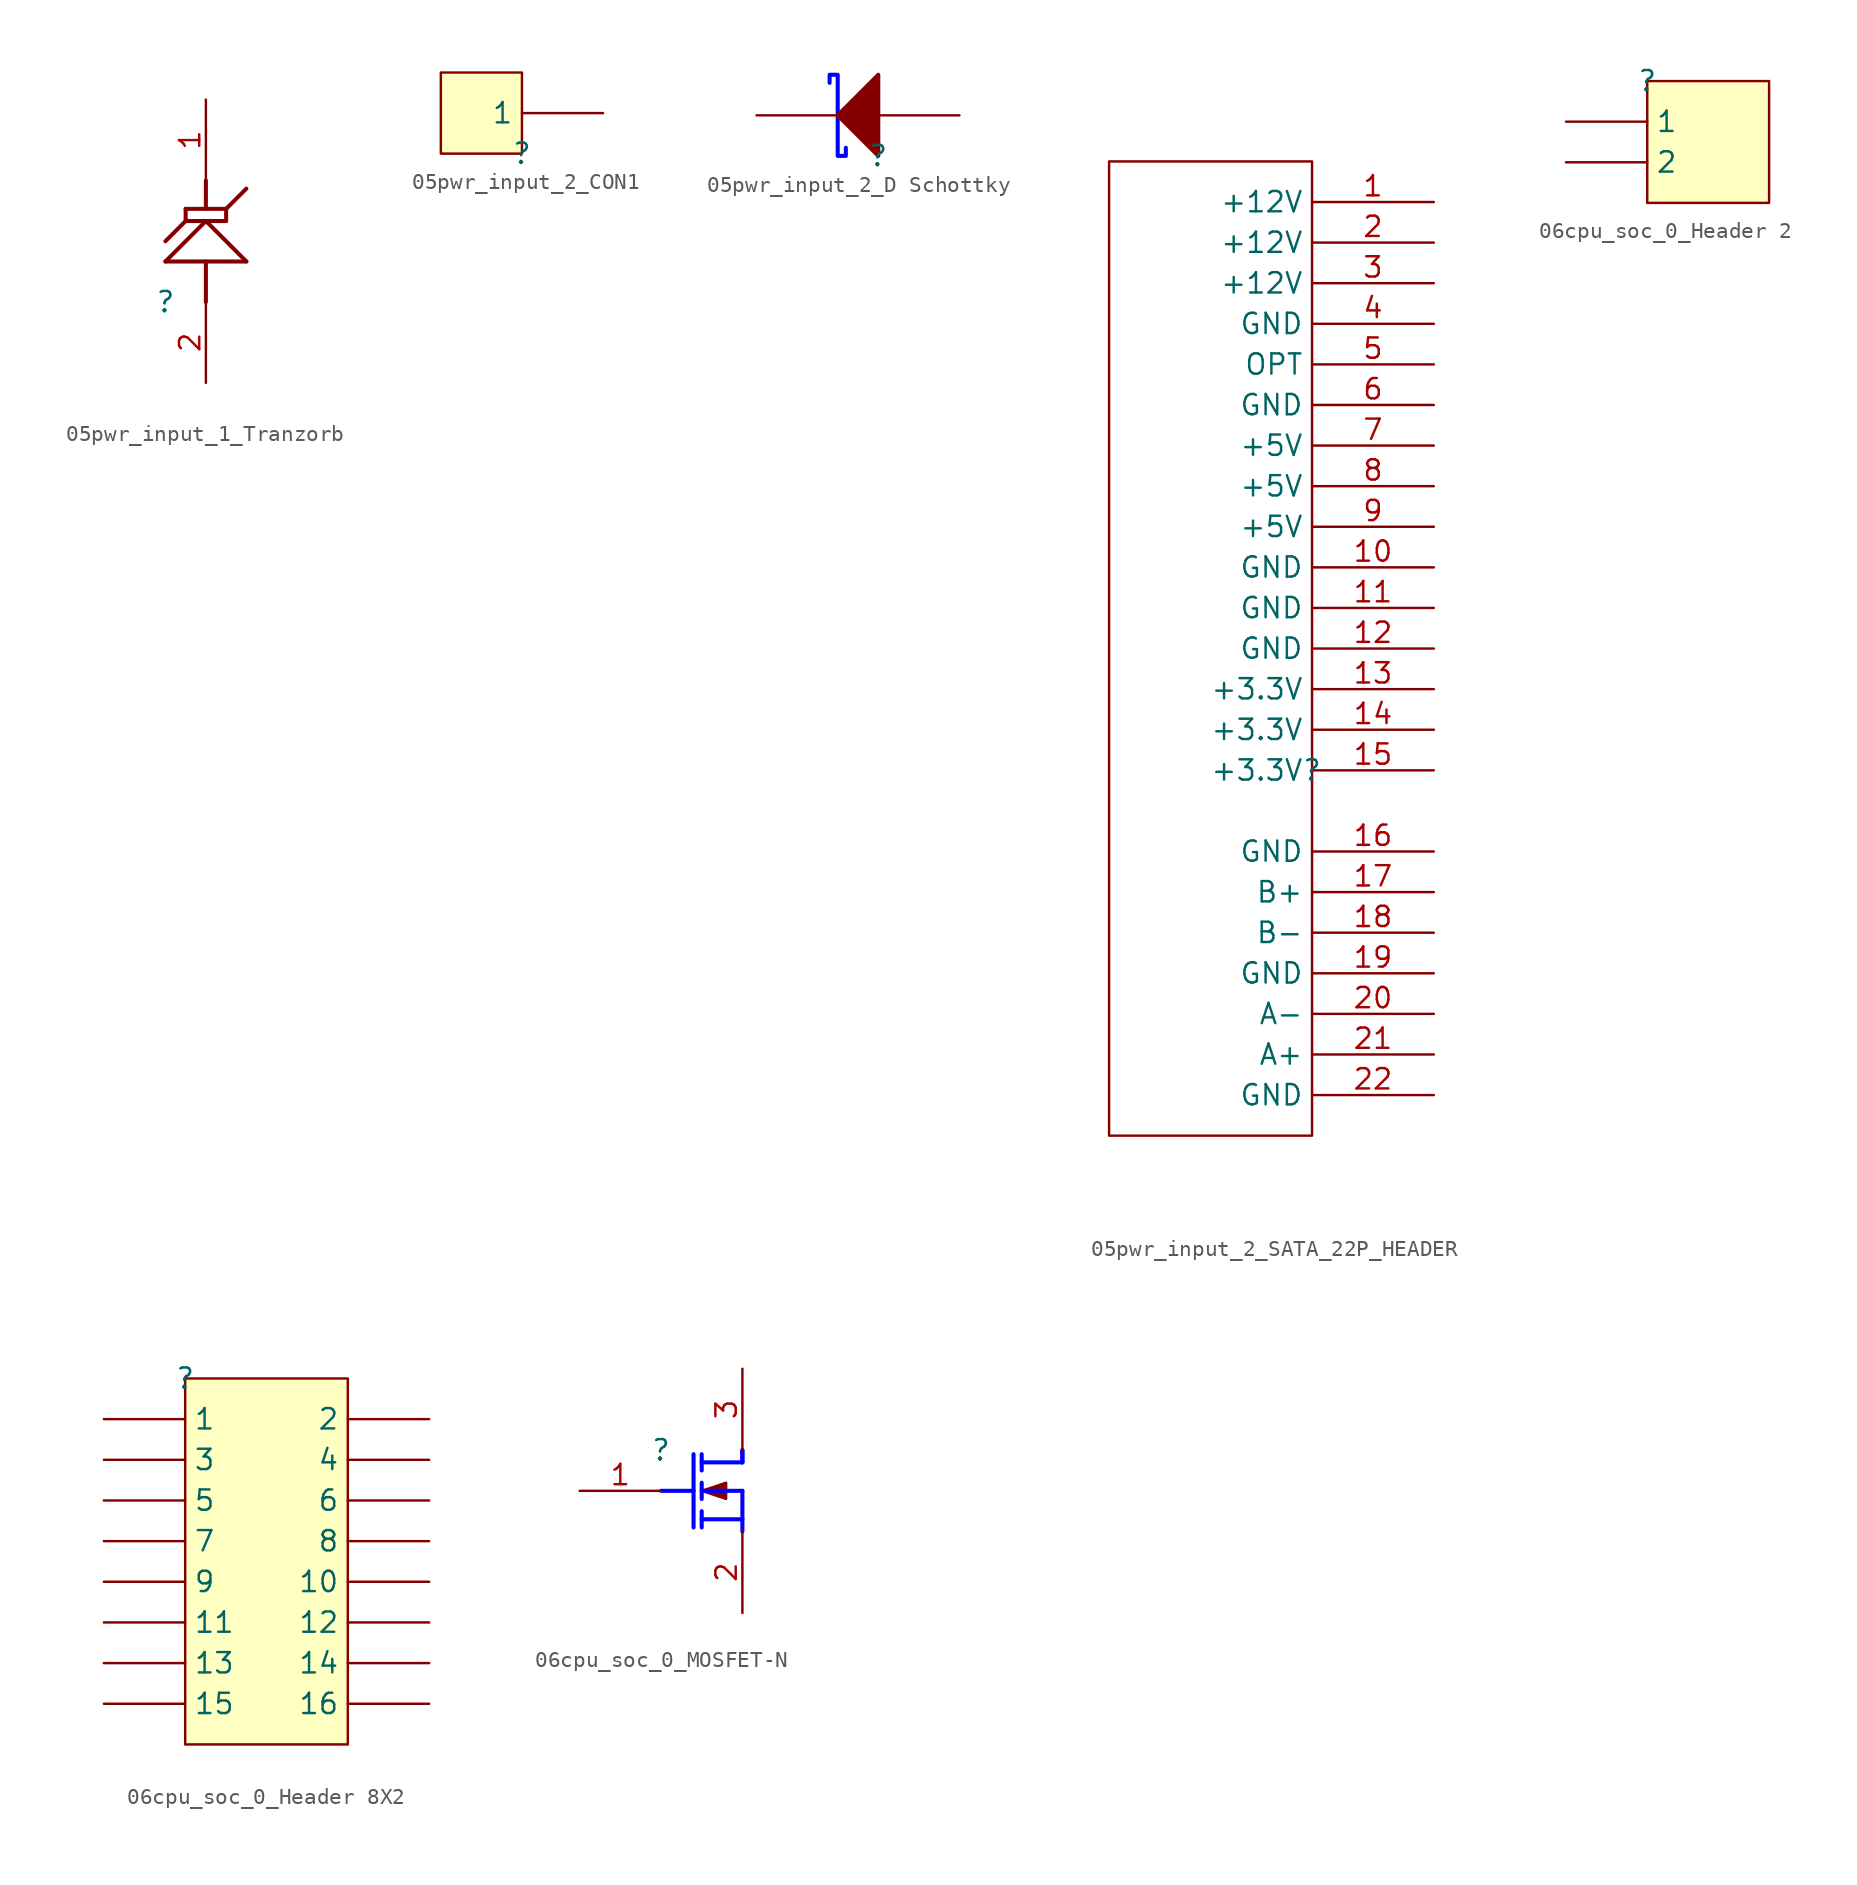
<source format=kicad_sym>
(kicad_symbol_lib
  (version 20220914)
  (generator kicad_symbol_editor)
  (symbol "05pwr_input_1_Tranzorb"
    (property "Reference" ""
      (at 0 0 0)
      (effects (font (size 1.27 1.27))))
    (property "Value" ""
      (at 0 0 0)
      (effects (font (size 1.27 1.27))))
    (symbol "05pwr_input_1_Tranzorb_1_0"
      (polyline (pts (xy 0 2.54) (xy 5.08 2.54)) (stroke (width 0.254) (type solid)) (fill (type none)))
      (polyline (pts (xy 0 3.81) (xy 1.27 5.08)) (stroke (width 0.254) (type solid)) (fill (type none)))
      (polyline (pts (xy 1.27 5.08) (xy 3.81 5.08)) (stroke (width 0.254) (type solid)) (fill (type none)))
      (polyline (pts (xy 1.27 5.842) (xy 1.27 5.08)) (stroke (width 0.254) (type solid)) (fill (type none)))
      (polyline (pts (xy 2.54 0) (xy 2.54 2.54)) (stroke (width 0.254) (type solid)) (fill (type none)))
      (polyline (pts (xy 2.54 5.08) (xy 0 2.54)) (stroke (width 0.254) (type solid)) (fill (type none)))
      (polyline (pts (xy 2.54 5.842) (xy 2.54 7.62)) (stroke (width 0.254) (type solid)) (fill (type none)))
      (polyline (pts (xy 3.81 5.08) (xy 3.81 5.842)) (stroke (width 0.254) (type solid)) (fill (type none)))
      (polyline (pts (xy 3.81 5.842) (xy 1.27 5.842)) (stroke (width 0.254) (type solid)) (fill (type none)))
      (polyline (pts (xy 3.81 5.842) (xy 5.08 7.112)) (stroke (width 0.254) (type solid)) (fill (type none)))
      (polyline (pts (xy 5.08 2.54) (xy 2.54 5.08)) (stroke (width 0.254) (type solid)) (fill (type none)))
      (pin passive line (at 2.54 12.7 270) (length 5.08) (name "K" (effects (font (size 0 0)))) (number "1" (effects (font (size 1.27 1.27)))))
      (pin passive line (at 2.54 -5.08 90) (length 5.08) (name "A" (effects (font (size 0 0)))) (number "2" (effects (font (size 1.27 1.27)))))))
  (symbol "05pwr_input_2_CON1"
    (property "Reference" ""
      (at 0 0 0)
      (effects (font (size 1.27 1.27))))
    (property "Value" ""
      (at 0 0 0)
      (effects (font (size 1.27 1.27))))
    (symbol "05pwr_input_2_CON1_1_0"
      (rectangle (start 0 5.08) (end -5.08 0) (stroke (width 0) (type solid)) (fill (type background)))
      (pin passive line (at 5.08 2.54 180) (length 5.08) (name "1" (effects (font (size 1.27 1.27)))) (number "1" (effects (font (size 0 0)))))))
  (symbol "05pwr_input_2_D Schottky"
    (property "Reference" ""
      (at 0 0 0)
      (effects (font (size 1.27 1.27))))
    (property "Value" ""
      (at 0 0 0)
      (effects (font (size 1.27 1.27))))
    (symbol "05pwr_input_2_D Schottky_1_0"
      (polyline (pts (xy 0 5.08) (xy -2.54 2.54) (xy 0 0) (xy 0 5.08)) (stroke (width 0.254) (type solid)) (fill (type outline)))
      (polyline (pts (xy -3.048 4.572) (xy -3.048 5.08) (xy -2.54 5.08) (xy -2.54 0) (xy -2.032 0) (xy -2.032 0.508)) (stroke (width 0.254) (type solid) (color 0 0 255 1)) (fill (type none)))
      (pin passive line (at 5.08 2.54 180) (length 5.08) (name "A" (effects (font (size 0 0)))) (number "1" (effects (font (size 0 0)))))
      (pin passive line (at -7.62 2.54 0) (length 5.08) (name "K" (effects (font (size 0 0)))) (number "2" (effects (font (size 0 0)))))))
  (symbol "05pwr_input_2_SATA_22P_HEADER"
    (property "Reference" ""
      (at 0 0 0)
      (effects (font (size 1.27 1.27))))
    (property "Value" ""
      (at 0 0 0)
      (effects (font (size 1.27 1.27))))
    (symbol "05pwr_input_2_SATA_22P_HEADER_1_0"
      (rectangle (start 0 38.1) (end -12.7 -22.86) (stroke (width 0) (type solid)) (fill (type none)))
      (pin power_in line (at 7.62 35.56 180) (length 7.62) (name "+12V" (effects (font (size 1.27 1.27)))) (number "1" (effects (font (size 1.27 1.27)))))
      (pin power_in line (at 7.62 12.7 180) (length 7.62) (name "GND" (effects (font (size 1.27 1.27)))) (number "10" (effects (font (size 1.27 1.27)))))
      (pin power_in line (at 7.62 10.16 180) (length 7.62) (name "GND" (effects (font (size 1.27 1.27)))) (number "11" (effects (font (size 1.27 1.27)))))
      (pin power_in line (at 7.62 7.62 180) (length 7.62) (name "GND" (effects (font (size 1.27 1.27)))) (number "12" (effects (font (size 1.27 1.27)))))
      (pin power_in line (at 7.62 5.08 180) (length 7.62) (name "+3.3V" (effects (font (size 1.27 1.27)))) (number "13" (effects (font (size 1.27 1.27)))))
      (pin power_in line (at 7.62 2.54 180) (length 7.62) (name "+3.3V" (effects (font (size 1.27 1.27)))) (number "14" (effects (font (size 1.27 1.27)))))
      (pin power_in line (at 7.62 0 180) (length 7.62) (name "+3.3V" (effects (font (size 1.27 1.27)))) (number "15" (effects (font (size 1.27 1.27)))))
      (pin power_in line (at 7.62 -5.08 180) (length 7.62) (name "GND" (effects (font (size 1.27 1.27)))) (number "16" (effects (font (size 1.27 1.27)))))
      (pin passive line (at 7.62 -7.62 180) (length 7.62) (name "B+" (effects (font (size 1.27 1.27)))) (number "17" (effects (font (size 1.27 1.27)))))
      (pin passive line (at 7.62 -10.16 180) (length 7.62) (name "B-" (effects (font (size 1.27 1.27)))) (number "18" (effects (font (size 1.27 1.27)))))
      (pin power_in line (at 7.62 -12.7 180) (length 7.62) (name "GND" (effects (font (size 1.27 1.27)))) (number "19" (effects (font (size 1.27 1.27)))))
      (pin power_in line (at 7.62 33.02 180) (length 7.62) (name "+12V" (effects (font (size 1.27 1.27)))) (number "2" (effects (font (size 1.27 1.27)))))
      (pin passive line (at 7.62 -15.24 180) (length 7.62) (name "A-" (effects (font (size 1.27 1.27)))) (number "20" (effects (font (size 1.27 1.27)))))
      (pin passive line (at 7.62 -17.78 180) (length 7.62) (name "A+" (effects (font (size 1.27 1.27)))) (number "21" (effects (font (size 1.27 1.27)))))
      (pin power_in line (at 7.62 -20.32 180) (length 7.62) (name "GND" (effects (font (size 1.27 1.27)))) (number "22" (effects (font (size 1.27 1.27)))))
      (pin power_in line (at 7.62 30.48 180) (length 7.62) (name "+12V" (effects (font (size 1.27 1.27)))) (number "3" (effects (font (size 1.27 1.27)))))
      (pin power_in line (at 7.62 27.94 180) (length 7.62) (name "GND" (effects (font (size 1.27 1.27)))) (number "4" (effects (font (size 1.27 1.27)))))
      (pin passive line (at 7.62 25.4 180) (length 7.62) (name "OPT" (effects (font (size 1.27 1.27)))) (number "5" (effects (font (size 1.27 1.27)))))
      (pin power_in line (at 7.62 22.86 180) (length 7.62) (name "GND" (effects (font (size 1.27 1.27)))) (number "6" (effects (font (size 1.27 1.27)))))
      (pin power_in line (at 7.62 20.32 180) (length 7.62) (name "+5V" (effects (font (size 1.27 1.27)))) (number "7" (effects (font (size 1.27 1.27)))))
      (pin power_in line (at 7.62 17.78 180) (length 7.62) (name "+5V" (effects (font (size 1.27 1.27)))) (number "8" (effects (font (size 1.27 1.27)))))
      (pin power_in line (at 7.62 15.24 180) (length 7.62) (name "+5V" (effects (font (size 1.27 1.27)))) (number "9" (effects (font (size 1.27 1.27)))))))
  (symbol "06cpu_soc_0_Header 2"
    (property "Reference" ""
      (at 0 0 0)
      (effects (font (size 1.27 1.27))))
    (property "Value" ""
      (at 0 0 0)
      (effects (font (size 1.27 1.27))))
    (symbol "06cpu_soc_0_Header 2_1_0"
      (rectangle (start 7.62 0) (end 0 -7.62) (stroke (width 0) (type solid)) (fill (type background)))
      (pin passive line (at -5.08 -2.54 0) (length 5.08) (name "1" (effects (font (size 1.27 1.27)))) (number "1" (effects (font (size 0 0)))))
      (pin passive line (at -5.08 -5.08 0) (length 5.08) (name "2" (effects (font (size 1.27 1.27)))) (number "2" (effects (font (size 0 0)))))))
  (symbol "06cpu_soc_0_Header 8X2"
    (property "Reference" ""
      (at 0 0 0)
      (effects (font (size 1.27 1.27))))
    (property "Value" ""
      (at 0 0 0)
      (effects (font (size 1.27 1.27))))
    (symbol "06cpu_soc_0_Header 8X2_1_0"
      (rectangle (start 10.16 0) (end 0 -22.86) (stroke (width 0) (type solid)) (fill (type background)))
      (pin passive line (at -5.08 -2.54 0) (length 5.08) (name "1" (effects (font (size 1.27 1.27)))) (number "1" (effects (font (size 0 0)))))
      (pin passive line (at 15.24 -12.7 180) (length 5.08) (name "10" (effects (font (size 1.27 1.27)))) (number "10" (effects (font (size 0 0)))))
      (pin passive line (at -5.08 -15.24 0) (length 5.08) (name "11" (effects (font (size 1.27 1.27)))) (number "11" (effects (font (size 0 0)))))
      (pin passive line (at 15.24 -15.24 180) (length 5.08) (name "12" (effects (font (size 1.27 1.27)))) (number "12" (effects (font (size 0 0)))))
      (pin passive line (at -5.08 -17.78 0) (length 5.08) (name "13" (effects (font (size 1.27 1.27)))) (number "13" (effects (font (size 0 0)))))
      (pin passive line (at 15.24 -17.78 180) (length 5.08) (name "14" (effects (font (size 1.27 1.27)))) (number "14" (effects (font (size 0 0)))))
      (pin passive line (at -5.08 -20.32 0) (length 5.08) (name "15" (effects (font (size 1.27 1.27)))) (number "15" (effects (font (size 0 0)))))
      (pin passive line (at 15.24 -20.32 180) (length 5.08) (name "16" (effects (font (size 1.27 1.27)))) (number "16" (effects (font (size 0 0)))))
      (pin passive line (at 15.24 -2.54 180) (length 5.08) (name "2" (effects (font (size 1.27 1.27)))) (number "2" (effects (font (size 0 0)))))
      (pin passive line (at -5.08 -5.08 0) (length 5.08) (name "3" (effects (font (size 1.27 1.27)))) (number "3" (effects (font (size 0 0)))))
      (pin passive line (at 15.24 -5.08 180) (length 5.08) (name "4" (effects (font (size 1.27 1.27)))) (number "4" (effects (font (size 0 0)))))
      (pin passive line (at -5.08 -7.62 0) (length 5.08) (name "5" (effects (font (size 1.27 1.27)))) (number "5" (effects (font (size 0 0)))))
      (pin passive line (at 15.24 -7.62 180) (length 5.08) (name "6" (effects (font (size 1.27 1.27)))) (number "6" (effects (font (size 0 0)))))
      (pin passive line (at -5.08 -10.16 0) (length 5.08) (name "7" (effects (font (size 1.27 1.27)))) (number "7" (effects (font (size 0 0)))))
      (pin passive line (at 15.24 -10.16 180) (length 5.08) (name "8" (effects (font (size 1.27 1.27)))) (number "8" (effects (font (size 0 0)))))
      (pin passive line (at -5.08 -12.7 0) (length 5.08) (name "9" (effects (font (size 1.27 1.27)))) (number "9" (effects (font (size 0 0)))))))
  (symbol "06cpu_soc_0_MOSFET-N"
    (property "Reference" ""
      (at 0 0 0)
      (effects (font (size 1.27 1.27))))
    (property "Value" ""
      (at 0 0 0)
      (effects (font (size 1.27 1.27))))
    (symbol "06cpu_soc_0_MOSFET-N_1_0"
      (polyline (pts (xy 0 -2.54) (xy 2.032 -2.54)) (stroke (width 0.254) (type solid) (color 0 0 255 1)) (fill (type none)))
      (polyline (pts (xy 2.032 -0.254) (xy 2.032 -4.826)) (stroke (width 0.254) (type solid) (color 0 0 255 1)) (fill (type none)))
      (polyline (pts (xy 2.54 -4.826) (xy 2.54 -3.81)) (stroke (width 0.254) (type solid) (color 0 0 255 1)) (fill (type none)))
      (polyline (pts (xy 2.54 -3.048) (xy 2.54 -2.032)) (stroke (width 0.254) (type solid) (color 0 0 255 1)) (fill (type none)))
      (polyline (pts (xy 2.54 -0.254) (xy 2.54 -1.27)) (stroke (width 0.254) (type solid) (color 0 0 255 1)) (fill (type none)))
      (polyline (pts (xy 5.08 -4.318) (xy 2.54 -4.318)) (stroke (width 0.254) (type solid) (color 0 0 255 1)) (fill (type none)))
      (polyline (pts (xy 5.08 -2.54) (xy 2.54 -2.54)) (stroke (width 0.254) (type solid) (color 0 0 255 1)) (fill (type none)))
      (polyline (pts (xy 5.08 -2.54) (xy 5.08 -5.08)) (stroke (width 0.254) (type solid) (color 0 0 255 1)) (fill (type none)))
      (polyline (pts (xy 5.08 -0.762) (xy 2.54 -0.762)) (stroke (width 0.254) (type solid) (color 0 0 255 1)) (fill (type none)))
      (polyline (pts (xy 5.08 -0.762) (xy 5.08 0)) (stroke (width 0.254) (type solid) (color 0 0 255 1)) (fill (type none)))
      (polyline (pts (xy 5.08 -0.762) (xy 5.08 0)) (stroke (width 0.254) (type solid) (color 0 0 255 1)) (fill (type none)))
      (polyline (pts (xy 2.54 -2.54) (xy 4.064 -3.048) (xy 4.064 -2.032) (xy 2.54 -2.54)) (stroke (width 0) (type solid)) (fill (type outline)))
      (pin passive line (at -5.08 -2.54 0) (length 5.08) (name "G" (effects (font (size 0 0)))) (number "1" (effects (font (size 1.27 1.27)))))
      (pin passive line (at 5.08 -10.16 90) (length 5.08) (name "S" (effects (font (size 0 0)))) (number "2" (effects (font (size 1.27 1.27)))))
      (pin passive line (at 5.08 5.08 270) (length 5.08) (name "D" (effects (font (size 0 0)))) (number "3" (effects (font (size 1.27 1.27))))))))
</source>
